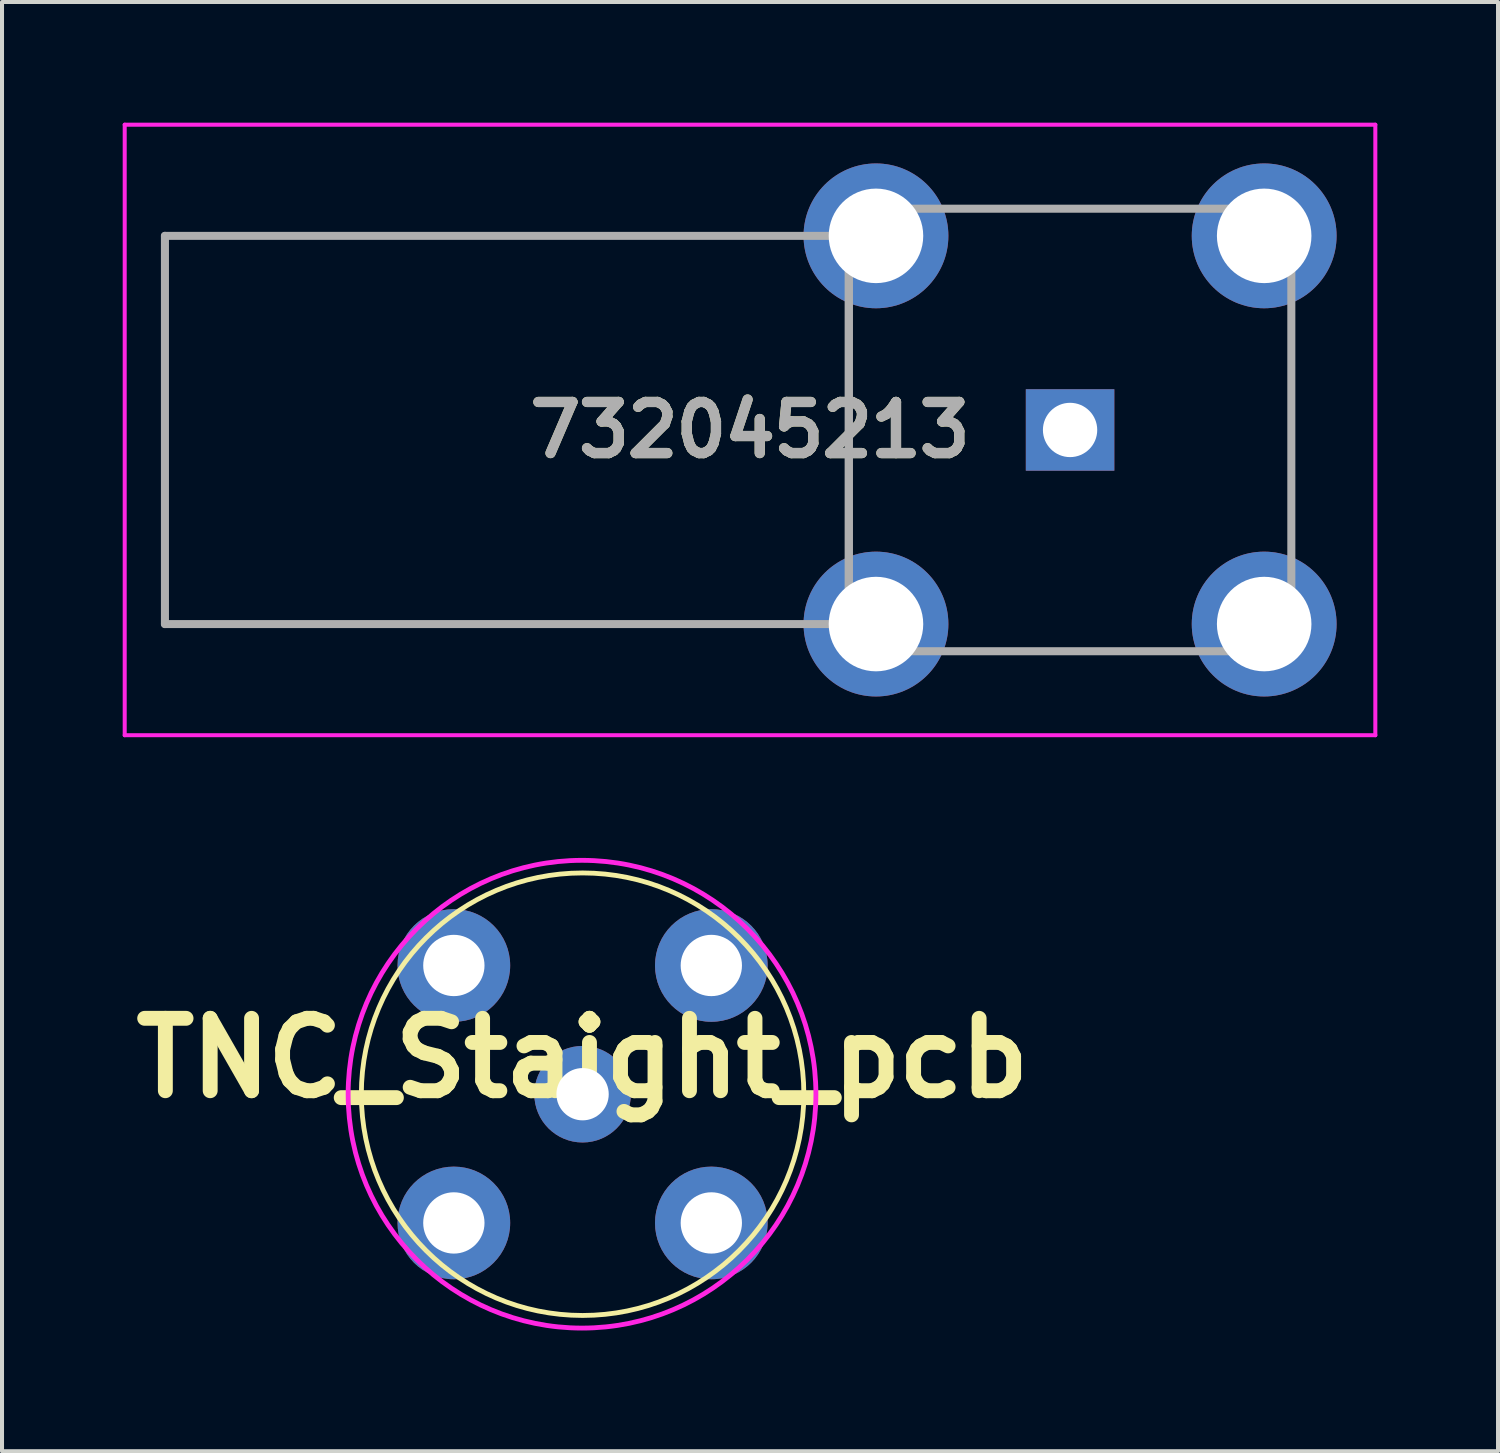
<source format=kicad_pcb>
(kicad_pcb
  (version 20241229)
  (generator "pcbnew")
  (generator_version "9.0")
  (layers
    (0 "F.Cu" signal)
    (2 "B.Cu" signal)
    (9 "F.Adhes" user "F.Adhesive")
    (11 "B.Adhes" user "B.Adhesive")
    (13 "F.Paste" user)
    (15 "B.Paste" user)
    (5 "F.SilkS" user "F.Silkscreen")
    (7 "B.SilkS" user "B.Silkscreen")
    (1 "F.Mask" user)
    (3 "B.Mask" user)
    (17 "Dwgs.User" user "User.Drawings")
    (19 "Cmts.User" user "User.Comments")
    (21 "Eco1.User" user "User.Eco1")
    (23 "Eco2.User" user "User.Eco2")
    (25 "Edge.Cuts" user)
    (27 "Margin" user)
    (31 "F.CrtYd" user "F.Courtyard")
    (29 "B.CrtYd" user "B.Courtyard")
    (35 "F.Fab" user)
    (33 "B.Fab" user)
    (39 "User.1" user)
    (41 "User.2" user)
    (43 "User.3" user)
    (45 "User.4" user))
  (footprint "732045213"
    (layer "F.Cu")
    (at 23.55 7.638)
    (property "Reference" "732045213" (at -7.956 0 0) (layer "F.SilkS") (effects (font (size 1.27 1.27) (thickness 0.254))))
    (attr through_hole)
    (fp_line (start -22.5 -4.825) (end -22.5 -4.825) (stroke (width 0.1) (type solid)) (layer "F.SilkS"))
    (fp_line (start -22.5 -4.825) (end -22.5 -4.825) (stroke (width 0.1) (type solid)) (layer "F.SilkS"))
    (fp_line (start -22.5 -4.825) (end -22.5 4.825) (stroke (width 0.1) (type solid)) (layer "F.SilkS"))
    (fp_line (start -22.5 -4.825) (end -7.25 -4.825) (stroke (width 0.1) (type solid)) (layer "F.SilkS"))
    (fp_line (start -22.5 4.825) (end -22.5 -4.825) (stroke (width 0.1) (type solid)) (layer "F.SilkS"))
    (fp_line (start -22.5 4.825) (end -22.5 4.825) (stroke (width 0.1) (type solid)) (layer "F.SilkS"))
    (fp_line (start -22.5 4.825) (end -22.5 4.825) (stroke (width 0.1) (type solid)) (layer "F.SilkS"))
    (fp_line (start -22.5 4.825) (end -7.5 4.825) (stroke (width 0.1) (type solid)) (layer "F.SilkS"))
    (fp_line (start -7.5 4.825) (end -22.5 4.825) (stroke (width 0.1) (type solid)) (layer "F.SilkS"))
    (fp_line (start -7.5 4.825) (end -7.5 4.825) (stroke (width 0.1) (type solid)) (layer "F.SilkS"))
    (fp_line (start -7.25 -4.825) (end -22.5 -4.825) (stroke (width 0.1) (type solid)) (layer "F.SilkS"))
    (fp_line (start -7.25 -4.825) (end -7.25 -4.825) (stroke (width 0.1) (type solid)) (layer "F.SilkS"))
    (fp_line (start -5.5 -2.5) (end -5.5 -2.5) (stroke (width 0.1) (type solid)) (layer "F.SilkS"))
    (fp_line (start -5.5 -2.5) (end -5.5 2.5) (stroke (width 0.1) (type solid)) (layer "F.SilkS"))
    (fp_line (start -5.5 2.5) (end -5.5 -2.5) (stroke (width 0.1) (type solid)) (layer "F.SilkS"))
    (fp_line (start -5.5 2.5) (end -5.5 2.5) (stroke (width 0.1) (type solid)) (layer "F.SilkS"))
    (fp_line (start -2.5 -5.5) (end -2.5 -5.5) (stroke (width 0.1) (type solid)) (layer "F.SilkS"))
    (fp_line (start -2.5 -5.5) (end 2.25 -5.5) (stroke (width 0.1) (type solid)) (layer "F.SilkS"))
    (fp_line (start -2.5 5.5) (end -2.5 5.5) (stroke (width 0.1) (type solid)) (layer "F.SilkS"))
    (fp_line (start -2.5 5.5) (end 2.25 5.5) (stroke (width 0.1) (type solid)) (layer "F.SilkS"))
    (fp_line (start 2.25 -5.5) (end -2.5 -5.5) (stroke (width 0.1) (type solid)) (layer "F.SilkS"))
    (fp_line (start 2.25 -5.5) (end 2.25 -5.5) (stroke (width 0.1) (type solid)) (layer "F.SilkS"))
    (fp_line (start 2.25 5.5) (end -2.5 5.5) (stroke (width 0.1) (type solid)) (layer "F.SilkS"))
    (fp_line (start 2.25 5.5) (end 2.25 5.5) (stroke (width 0.1) (type solid)) (layer "F.SilkS"))
    (fp_line (start 5.5 -2.25) (end 5.5 -2.25) (stroke (width 0.1) (type solid)) (layer "F.SilkS"))
    (fp_line (start 5.5 -2.25) (end 5.5 2.5) (stroke (width 0.1) (type solid)) (layer "F.SilkS"))
    (fp_line (start 5.5 2.5) (end 5.5 -2.25) (stroke (width 0.1) (type solid)) (layer "F.SilkS"))
    (fp_line (start 5.5 2.5) (end 5.5 2.5) (stroke (width 0.1) (type solid)) (layer "F.SilkS"))
    (fp_line (start -23.5 -7.588) (end 7.588 -7.588) (stroke (width 0.1) (type solid)) (layer "F.CrtYd"))
    (fp_line (start -23.5 7.588) (end -23.5 -7.588) (stroke (width 0.1) (type solid)) (layer "F.CrtYd"))
    (fp_line (start 7.588 -7.588) (end 7.588 7.588) (stroke (width 0.1) (type solid)) (layer "F.CrtYd"))
    (fp_line (start 7.588 7.588) (end -23.5 7.588) (stroke (width 0.1) (type solid)) (layer "F.CrtYd"))
    (fp_line (start -22.5 -4.825) (end -22.5 4.825) (stroke (width 0.2) (type solid)) (layer "F.Fab"))
    (fp_line (start -22.5 4.825) (end -5.5 4.825) (stroke (width 0.2) (type solid)) (layer "F.Fab"))
    (fp_line (start -5.5 -5.5) (end -5.5 5.5) (stroke (width 0.2) (type solid)) (layer "F.Fab"))
    (fp_line (start -5.5 -4.825) (end -22.5 -4.825) (stroke (width 0.2) (type solid)) (layer "F.Fab"))
    (fp_line (start -5.5 4.825) (end -5.5 -4.825) (stroke (width 0.2) (type solid)) (layer "F.Fab"))
    (fp_line (start -5.5 5.5) (end 5.5 5.5) (stroke (width 0.2) (type solid)) (layer "F.Fab"))
    (fp_line (start 5.5 -5.5) (end -5.5 -5.5) (stroke (width 0.2) (type solid)) (layer "F.Fab"))
    (fp_line (start 5.5 5.5) (end 5.5 -5.5) (stroke (width 0.2) (type solid)) (layer "F.Fab"))
    (fp_text user "${REFERENCE}" (at -7.956 0 0) (layer "F.Fab") (effects (font (size 1.27 1.27) (thickness 0.254))))
    (pad "1" thru_hole rect (at 0 0) (size 2.2 2.025) (drill 1.35) (layers "*.Cu" "*.Mask"))
    (pad "2" thru_hole circle (at -4.825 -4.825) (size 3.6 3.6) (drill 2.35) (layers "*.Cu" "*.Mask"))
    (pad "2" thru_hole circle (at -4.825 4.825) (size 3.6 3.6) (drill 2.35) (layers "*.Cu" "*.Mask"))
    (pad "2" thru_hole circle (at 4.825 -4.825) (size 3.6 3.6) (drill 2.35) (layers "*.Cu" "*.Mask"))
    (pad "2" thru_hole circle (at 4.825 4.825) (size 3.6 3.6) (drill 2.35) (layers "*.Cu" "*.Mask")))
  (footprint "TNC_Staight_pcb"
    (layer "F.Cu")
    (at 11.432 24.15)
    (property "Reference" "TNC_Staight_pcb" (at 0 -0.9 0) (unlocked yes) (layer "F.SilkS") (effects (font (size 1.8 1.8) (thickness 0.37))))
    (attr through_hole)
    (fp_circle (center 0 0) (end 5.5 0) (stroke (width 0.12) (type default)) (fill no) (layer "F.SilkS"))
    (fp_circle (center -0.014 0) (end 5.786 0.4) (stroke (width 0.12) (type default)) (fill no) (layer "F.CrtYd"))
    (pad "1" thru_hole circle (at 0 0) (size 2.4 2.4) (drill 1.3) (layers "*.Cu" "*.Mask"))
    (pad "2" thru_hole circle (at -3.2 -3.2) (size 2.8 2.8) (drill 1.524) (layers "*.Cu" "*.Mask"))
    (pad "2" thru_hole circle (at -3.2 3.2) (size 2.8 2.8) (drill 1.524) (layers "*.Cu" "*.Mask"))
    (pad "2" thru_hole circle (at 3.2 -3.2) (size 2.8 2.8) (drill 1.524) (layers "*.Cu" "*.Mask"))
    (pad "2" thru_hole circle (at 3.2 3.2) (size 2.8 2.8) (drill 1.524) (layers "*.Cu" "*.Mask")))
  (gr_rect
    (start -3 -3)
    (end 34.188 33.024)
    (stroke (width 0.1) (type default))
    (fill no)
    (layer "Edge.Cuts")))
</source>
